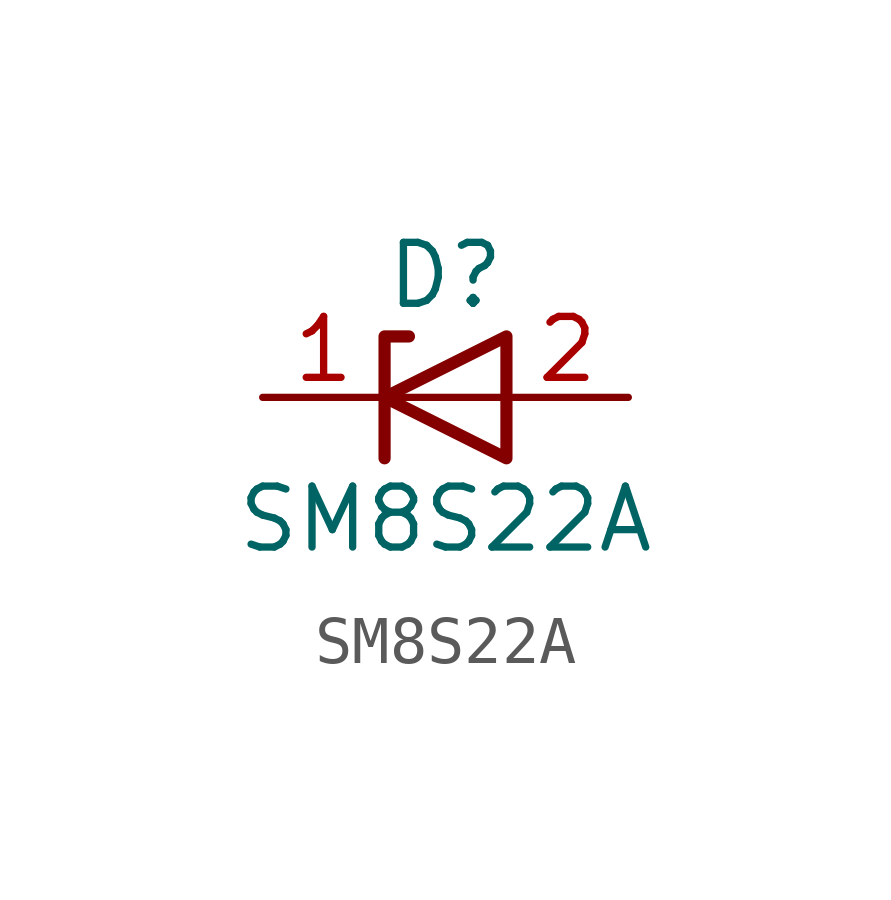
<source format=kicad_sym>
(kicad_symbol_lib
  (version 20211014)
  (generator kicad_symbol_editor)
  (symbol "SM8S22A"
    (pin_names hide)
    (property "Reference" "D"
      (at 0 2.54 0)
      (effects (font (size 1.27 1.27))))
    (property "Value" "SM8S22A"
      (at 0 -2.54 0)
      (effects (font (size 1.27 1.27))))
    (symbol "SM8S22A_0_1"
      (polyline (pts (xy 1.27 0) (xy -1.27 0)) (stroke (width 0) (type default) (color 0 0 0 0)) (fill (type none)))
      (polyline (pts (xy -1.27 -1.27) (xy -1.27 1.27) (xy -0.762 1.27)) (stroke (width 0.254) (type default) (color 0 0 0 0)) (fill (type none)))
      (polyline (pts (xy 1.27 -1.27) (xy 1.27 1.27) (xy -1.27 0) (xy 1.27 -1.27)) (stroke (width 0.254) (type default) (color 0 0 0 0)) (fill (type none))))
    (symbol "SM8S22A_1_1"
      (pin passive line (at -3.81 0 0) (length 2.54) (name "K" (effects (font (size 1.27 1.27)))) (number "1" (effects (font (size 1.27 1.27)))))
      (pin passive line (at 3.81 0 180) (length 2.54) (name "A" (effects (font (size 1.27 1.27)))) (number "2" (effects (font (size 1.27 1.27))))))))
</source>
